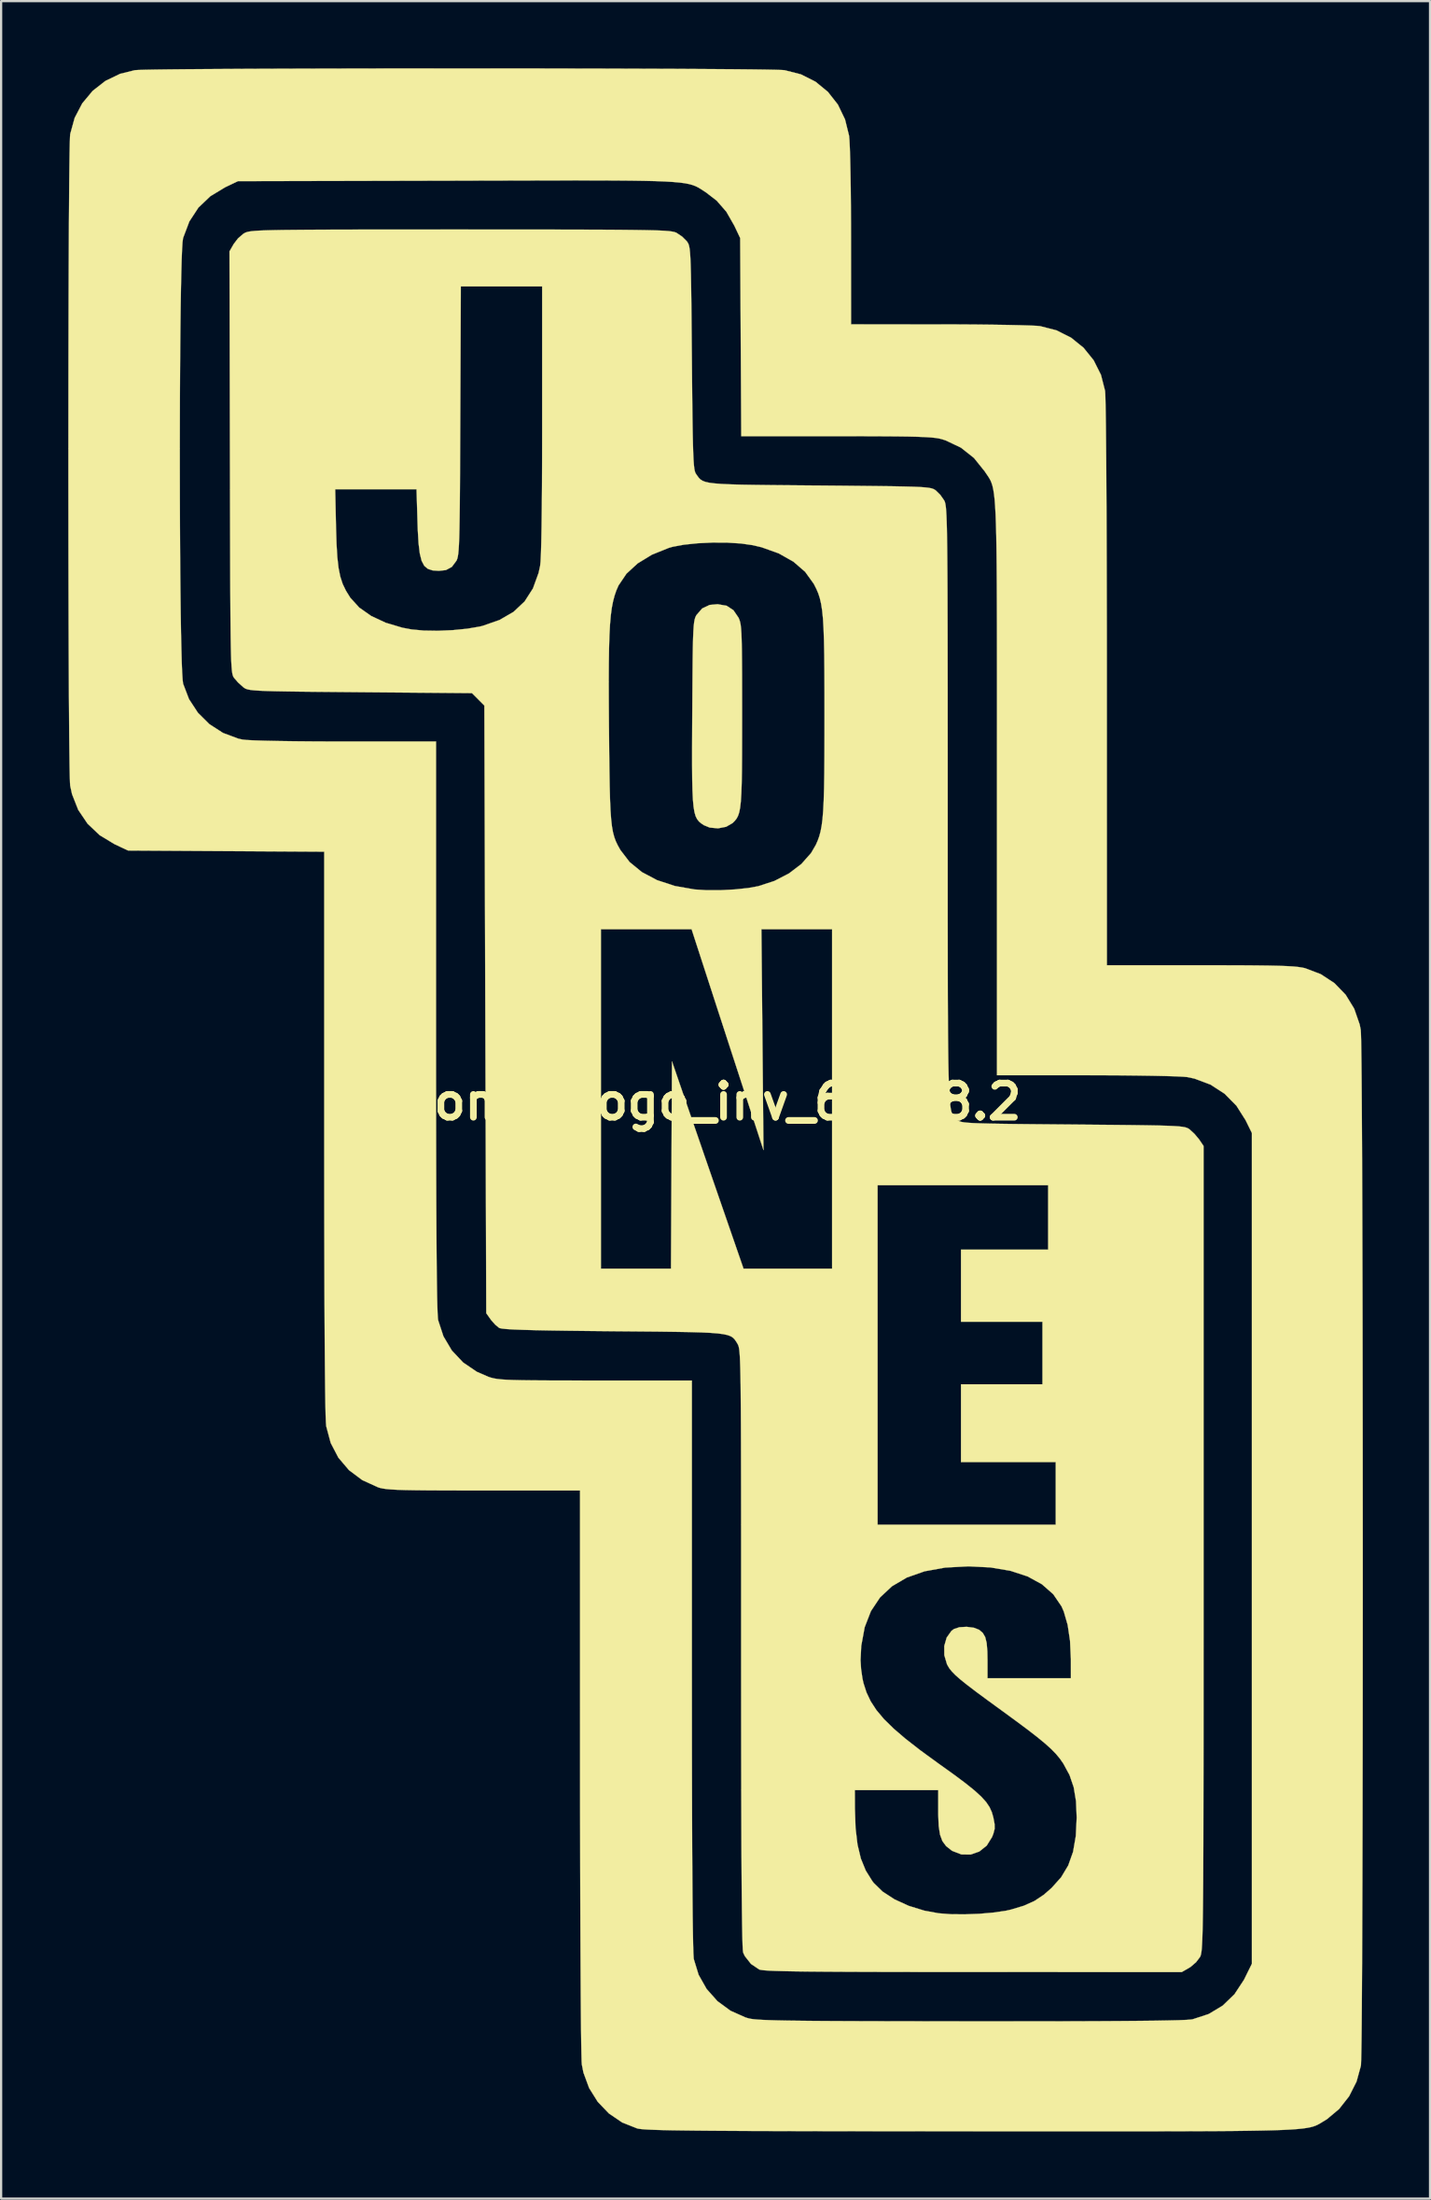
<source format=kicad_pcb>
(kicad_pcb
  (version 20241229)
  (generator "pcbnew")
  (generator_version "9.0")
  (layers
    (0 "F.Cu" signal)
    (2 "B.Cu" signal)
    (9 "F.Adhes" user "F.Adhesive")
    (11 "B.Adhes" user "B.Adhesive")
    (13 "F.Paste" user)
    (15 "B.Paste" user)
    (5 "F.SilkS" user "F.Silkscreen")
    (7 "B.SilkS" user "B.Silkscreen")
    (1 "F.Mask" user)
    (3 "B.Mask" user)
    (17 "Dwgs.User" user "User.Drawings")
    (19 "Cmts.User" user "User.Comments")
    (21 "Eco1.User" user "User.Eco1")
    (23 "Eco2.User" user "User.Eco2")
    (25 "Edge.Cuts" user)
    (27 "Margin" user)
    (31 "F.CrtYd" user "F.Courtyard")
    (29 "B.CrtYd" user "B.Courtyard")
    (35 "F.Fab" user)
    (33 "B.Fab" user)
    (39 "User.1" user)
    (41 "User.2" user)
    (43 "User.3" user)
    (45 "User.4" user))
  (footprint "Jones_logo_inv_60x98.2"
    (layer "F.Cu")
    (at 28.876 46.145)
    (property "Reference" "Jones_logo_inv_60x98.2" (at 0 0 0) (layer "F.SilkS") (effects (font (size 1.524 1.524) (thickness 0.3))))
    (attr through_hole)
    (fp_poly (pts (xy 0.536 -22.148) (xy 0.84 -21.95) (xy 1.067 -21.618) (xy 1.104 -21.534) (xy 1.135 -21.438) (xy 1.161 -21.313) (xy 1.181 -21.144) (xy 1.197 -20.915) (xy 1.208 -20.612) (xy 1.217 -20.219) (xy 1.222 -19.721) (xy 1.226 -19.102) (xy 1.227 -18.347) (xy 1.228 -17.441) (xy 1.228 -17.272) (xy 1.227 -16.292) (xy 1.225 -15.466) (xy 1.22 -14.78) (xy 1.21 -14.219) (xy 1.194 -13.768) (xy 1.172 -13.413) (xy 1.141 -13.139) (xy 1.101 -12.93) (xy 1.05 -12.773) (xy 0.987 -12.652) (xy 0.91 -12.552) (xy 0.819 -12.46) (xy 0.805 -12.446) (xy 0.516 -12.279) (xy 0.154 -12.209) (xy -0.217 -12.243) (xy -0.477 -12.349) (xy -0.596 -12.428) (xy -0.695 -12.511) (xy -0.778 -12.613) (xy -0.846 -12.748) (xy -0.899 -12.931) (xy -0.94 -13.175) (xy -0.969 -13.494) (xy -0.989 -13.904) (xy -1.001 -14.417) (xy -1.006 -15.049) (xy -1.006 -15.813) (xy -1.002 -16.723) (xy -0.998 -17.357) (xy -0.992 -18.3) (xy -0.986 -19.088) (xy -0.98 -19.738) (xy -0.972 -20.263) (xy -0.962 -20.678) (xy -0.949 -20.999) (xy -0.933 -21.24) (xy -0.913 -21.417) (xy -0.889 -21.544) (xy -0.86 -21.636) (xy -0.825 -21.709) (xy -0.811 -21.732) (xy -0.556 -22.027) (xy -0.222 -22.184) (xy 0.135 -22.217) (xy 0.536 -22.148)) (stroke (width 0.01) (type solid)) (fill yes) (layer "F.SilkS"))
    (fp_poly (pts (xy -10.596 -46.14) (xy -9.227 -46.139) (xy -7.875 -46.138) (xy -6.551 -46.135) (xy -5.266 -46.133) (xy -4.032 -46.129) (xy -2.858 -46.125) (xy -1.757 -46.121) (xy -0.739 -46.115) (xy 0.184 -46.109) (xy 1.003 -46.103) (xy 1.705 -46.096) (xy 2.281 -46.088) (xy 2.718 -46.079) (xy 3.007 -46.07) (xy 3.126 -46.061) (xy 3.857 -45.875) (xy 4.507 -45.548) (xy 5.061 -45.094) (xy 5.506 -44.528) (xy 5.827 -43.863) (xy 6.007 -43.135) (xy 6.025 -42.926) (xy 6.042 -42.568) (xy 6.057 -42.08) (xy 6.07 -41.482) (xy 6.081 -40.794) (xy 6.088 -40.036) (xy 6.093 -39.227) (xy 6.094 -38.629) (xy 6.096 -34.713) (xy 10.054 -34.712) (xy 10.878 -34.71) (xy 11.666 -34.705) (xy 12.4 -34.697) (xy 13.059 -34.687) (xy 13.624 -34.675) (xy 14.075 -34.661) (xy 14.393 -34.647) (xy 14.541 -34.633) (xy 15.269 -34.447) (xy 15.922 -34.12) (xy 16.483 -33.668) (xy 16.935 -33.108) (xy 17.261 -32.458) (xy 17.444 -31.744) (xy 17.454 -31.591) (xy 17.463 -31.277) (xy 17.472 -30.81) (xy 17.481 -30.199) (xy 17.488 -29.451) (xy 17.496 -28.575) (xy 17.502 -27.58) (xy 17.508 -26.473) (xy 17.513 -25.263) (xy 17.517 -23.958) (xy 17.52 -22.567) (xy 17.523 -21.097) (xy 17.524 -19.556) (xy 17.524 -18.648) (xy 17.526 -6.096) (xy 21.699 -6.096) (xy 22.682 -6.095) (xy 23.51 -6.093) (xy 24.199 -6.088) (xy 24.765 -6.081) (xy 25.221 -6.071) (xy 25.583 -6.057) (xy 25.867 -6.04) (xy 26.086 -6.018) (xy 26.258 -5.991) (xy 26.377 -5.965) (xy 27.081 -5.698) (xy 27.691 -5.298) (xy 28.193 -4.779) (xy 28.574 -4.158) (xy 28.82 -3.449) (xy 28.867 -3.21) (xy 28.875 -3.072) (xy 28.884 -2.773) (xy 28.891 -2.322) (xy 28.899 -1.728) (xy 28.906 -0.999) (xy 28.912 -0.143) (xy 28.918 0.831) (xy 28.924 1.914) (xy 28.929 3.098) (xy 28.934 4.374) (xy 28.938 5.734) (xy 28.942 7.169) (xy 28.946 8.67) (xy 28.949 10.23) (xy 28.951 11.838) (xy 28.953 13.488) (xy 28.955 15.17) (xy 28.956 16.875) (xy 28.957 18.596) (xy 28.958 20.323) (xy 28.958 22.048) (xy 28.957 23.762) (xy 28.956 25.458) (xy 28.955 27.125) (xy 28.953 28.757) (xy 28.95 30.343) (xy 28.948 31.877) (xy 28.944 33.348) (xy 28.941 34.748) (xy 28.936 36.07) (xy 28.932 37.304) (xy 28.927 38.441) (xy 28.921 39.474) (xy 28.915 40.394) (xy 28.909 41.191) (xy 28.902 41.858) (xy 28.894 42.386) (xy 28.886 42.767) (xy 28.878 42.991) (xy 28.873 43.043) (xy 28.679 43.75) (xy 28.348 44.404) (xy 27.901 44.973) (xy 27.359 45.427) (xy 27.226 45.509) (xy 27.13 45.567) (xy 27.042 45.62) (xy 26.956 45.668) (xy 26.862 45.712) (xy 26.755 45.751) (xy 26.625 45.786) (xy 26.466 45.817) (xy 26.269 45.845) (xy 26.028 45.869) (xy 25.733 45.89) (xy 25.378 45.908) (xy 24.955 45.923) (xy 24.457 45.935) (xy 23.874 45.945) (xy 23.201 45.954) (xy 22.429 45.96) (xy 21.55 45.964) (xy 20.557 45.967) (xy 19.442 45.969) (xy 18.197 45.97) (xy 16.816 45.97) (xy 15.289 45.97) (xy 13.61 45.969) (xy 11.77 45.969) (xy 11.433 45.968) (xy 9.564 45.968) (xy 7.856 45.966) (xy 6.303 45.965) (xy 4.897 45.963) (xy 3.631 45.96) (xy 2.499 45.957) (xy 1.491 45.954) (xy 0.602 45.949) (xy -0.176 45.944) (xy -0.85 45.938) (xy -1.429 45.931) (xy -1.918 45.924) (xy -2.326 45.915) (xy -2.659 45.905) (xy -2.926 45.894) (xy -3.132 45.882) (xy -3.287 45.869) (xy -3.396 45.854) (xy -3.456 45.842) (xy -4.128 45.576) (xy -4.722 45.173) (xy -5.221 44.653) (xy -5.607 44.036) (xy -5.861 43.344) (xy -5.931 42.989) (xy -5.941 42.842) (xy -5.949 42.536) (xy -5.958 42.079) (xy -5.966 41.48) (xy -5.973 40.751) (xy -5.98 39.899) (xy -5.986 38.934) (xy -5.992 37.865) (xy -5.997 36.703) (xy -6.001 35.456) (xy -6.005 34.134) (xy -6.007 32.746) (xy -6.009 31.302) (xy -6.01 29.909) (xy -6.011 17.357) (xy -10.314 17.357) (xy -11.295 17.356) (xy -12.121 17.354) (xy -12.807 17.351) (xy -13.369 17.345) (xy -13.821 17.337) (xy -14.178 17.325) (xy -14.456 17.31) (xy -14.668 17.291) (xy -14.83 17.267) (xy -14.956 17.239) (xy -15.034 17.215) (xy -15.742 16.892) (xy -16.336 16.447) (xy -16.809 15.89) (xy -17.151 15.234) (xy -17.351 14.489) (xy -17.353 14.478) (xy -17.366 14.305) (xy -17.379 13.965) (xy -17.39 13.46) (xy -17.4 12.791) (xy -17.409 11.96) (xy -17.417 10.969) (xy -17.424 9.82) (xy -17.43 8.515) (xy -17.434 7.056) (xy -17.438 5.445) (xy -17.44 3.683) (xy -17.441 1.773) (xy -17.441 1.381) (xy -17.441 -11.166) (xy -26.204 -11.218) (xy -26.807 -11.501) (xy -27.469 -11.9) (xy -28.014 -12.416) (xy -28.431 -13.033) (xy -28.708 -13.736) (xy -28.79 -14.112) (xy -28.8 -14.259) (xy -28.809 -14.565) (xy -28.818 -15.017) (xy -28.826 -15.607) (xy -28.834 -16.322) (xy -28.84 -17.152) (xy -28.847 -18.085) (xy -28.852 -19.112) (xy -28.857 -20.22) (xy -28.861 -21.399) (xy -28.864 -22.638) (xy -28.867 -23.927) (xy -28.869 -25.254) (xy -28.87 -26.607) (xy -28.871 -27.978) (xy -28.871 -29.186) (xy -23.893 -29.186) (xy -23.892 -28.038) (xy -23.89 -26.898) (xy -23.886 -25.777) (xy -23.88 -24.691) (xy -23.873 -23.651) (xy -23.863 -22.673) (xy -23.852 -21.769) (xy -23.839 -20.953) (xy -23.823 -20.238) (xy -23.807 -19.639) (xy -23.788 -19.168) (xy -23.767 -18.839) (xy -23.745 -18.666) (xy -23.745 -18.666) (xy -23.482 -17.978) (xy -23.083 -17.369) (xy -22.569 -16.859) (xy -21.961 -16.468) (xy -21.279 -16.214) (xy -21.092 -16.173) (xy -20.902 -16.153) (xy -20.558 -16.136) (xy -20.075 -16.121) (xy -19.466 -16.108) (xy -18.747 -16.098) (xy -17.933 -16.091) (xy -17.039 -16.087) (xy -16.541 -16.087) (xy -12.446 -16.087) (xy -12.446 -3.391) (xy -12.446 -1.493) (xy -12.444 0.239) (xy -12.442 1.811) (xy -12.439 3.227) (xy -12.435 4.491) (xy -12.429 5.608) (xy -12.423 6.582) (xy -12.416 7.417) (xy -12.407 8.118) (xy -12.398 8.69) (xy -12.387 9.136) (xy -12.375 9.462) (xy -12.362 9.671) (xy -12.351 9.754) (xy -12.115 10.473) (xy -11.739 11.106) (xy -11.236 11.64) (xy -10.62 12.058) (xy -10.103 12.282) (xy -9.987 12.319) (xy -9.863 12.35) (xy -9.715 12.375) (xy -9.529 12.396) (xy -9.288 12.412) (xy -8.977 12.424) (xy -8.582 12.433) (xy -8.087 12.439) (xy -7.476 12.443) (xy -6.734 12.445) (xy -5.846 12.446) (xy -5.321 12.446) (xy -1.016 12.446) (xy -1.016 25.134) (xy -1.015 27.054) (xy -1.014 28.83) (xy -1.011 30.462) (xy -1.007 31.946) (xy -1.002 33.281) (xy -0.995 34.464) (xy -0.988 35.492) (xy -0.98 36.364) (xy -0.97 37.077) (xy -0.959 37.628) (xy -0.948 38.016) (xy -0.935 38.238) (xy -0.93 38.279) (xy -0.715 38.981) (xy -0.357 39.614) (xy 0.125 40.156) (xy 0.71 40.586) (xy 1.38 40.885) (xy 1.526 40.928) (xy 1.619 40.947) (xy 1.75 40.965) (xy 1.927 40.981) (xy 2.159 40.994) (xy 2.457 41.006) (xy 2.829 41.017) (xy 3.285 41.026) (xy 3.834 41.033) (xy 4.485 41.04) (xy 5.247 41.045) (xy 6.13 41.049) (xy 7.142 41.052) (xy 8.294 41.054) (xy 9.595 41.056) (xy 11.053 41.058) (xy 11.447 41.058) (xy 13.093 41.058) (xy 14.574 41.057) (xy 15.895 41.055) (xy 17.061 41.051) (xy 18.077 41.045) (xy 18.947 41.038) (xy 19.677 41.03) (xy 20.27 41.019) (xy 20.732 41.008) (xy 21.067 40.994) (xy 21.28 40.979) (xy 21.353 40.968) (xy 22.071 40.734) (xy 22.698 40.358) (xy 23.226 39.848) (xy 23.647 39.209) (xy 23.684 39.136) (xy 24.003 38.49) (xy 24.003 1.393) (xy 23.724 0.826) (xy 23.313 0.177) (xy 22.784 -0.359) (xy 22.155 -0.766) (xy 21.441 -1.034) (xy 21.115 -1.103) (xy 20.929 -1.119) (xy 20.593 -1.135) (xy 20.127 -1.149) (xy 19.549 -1.161) (xy 18.879 -1.171) (xy 18.137 -1.179) (xy 17.341 -1.183) (xy 16.616 -1.185) (xy 12.615 -1.185) (xy 12.615 -13.997) (xy 12.615 -15.752) (xy 12.616 -17.346) (xy 12.616 -18.787) (xy 12.615 -20.084) (xy 12.614 -21.244) (xy 12.611 -22.275) (xy 12.607 -23.187) (xy 12.601 -23.987) (xy 12.593 -24.682) (xy 12.583 -25.283) (xy 12.569 -25.796) (xy 12.553 -26.23) (xy 12.533 -26.593) (xy 12.51 -26.894) (xy 12.482 -27.14) (xy 12.45 -27.339) (xy 12.414 -27.501) (xy 12.372 -27.633) (xy 12.326 -27.743) (xy 12.273 -27.839) (xy 12.215 -27.931) (xy 12.15 -28.025) (xy 12.079 -28.131) (xy 12.068 -28.148) (xy 11.587 -28.746) (xy 11.008 -29.205) (xy 10.33 -29.528) (xy 10.158 -29.584) (xy 10.033 -29.615) (xy 9.877 -29.641) (xy 9.674 -29.662) (xy 9.409 -29.679) (xy 9.068 -29.693) (xy 8.635 -29.703) (xy 8.095 -29.71) (xy 7.435 -29.714) (xy 6.638 -29.717) (xy 5.69 -29.718) (xy 5.449 -29.718) (xy 1.191 -29.718) (xy 1.143 -38.566) (xy 0.88 -39.12) (xy 0.524 -39.742) (xy 0.094 -40.235) (xy -0.388 -40.606) (xy -0.513 -40.687) (xy -0.625 -40.76) (xy -0.734 -40.825) (xy -0.849 -40.882) (xy -0.981 -40.932) (xy -1.138 -40.976) (xy -1.33 -41.013) (xy -1.566 -41.044) (xy -1.857 -41.07) (xy -2.212 -41.091) (xy -2.639 -41.108) (xy -3.149 -41.12) (xy -3.751 -41.129) (xy -4.455 -41.135) (xy -5.27 -41.138) (xy -6.206 -41.139) (xy -7.272 -41.138) (xy -8.478 -41.135) (xy -9.833 -41.132) (xy -11.347 -41.129) (xy -11.52 -41.128) (xy -21.294 -41.106) (xy -21.864 -40.835) (xy -22.527 -40.435) (xy -23.062 -39.925) (xy -23.467 -39.306) (xy -23.742 -38.579) (xy -23.749 -38.55) (xy -23.772 -38.379) (xy -23.792 -38.051) (xy -23.811 -37.581) (xy -23.827 -36.983) (xy -23.842 -36.269) (xy -23.855 -35.453) (xy -23.866 -34.55) (xy -23.875 -33.572) (xy -23.882 -32.533) (xy -23.888 -31.447) (xy -23.891 -30.327) (xy -23.893 -29.186) (xy -28.871 -29.186) (xy -28.871 -29.353) (xy -28.87 -30.724) (xy -28.869 -32.077) (xy -28.867 -33.404) (xy -28.864 -34.692) (xy -28.861 -35.931) (xy -28.857 -37.109) (xy -28.852 -38.217) (xy -28.847 -39.242) (xy -28.84 -40.175) (xy -28.834 -41.004) (xy -28.826 -41.718) (xy -28.818 -42.306) (xy -28.809 -42.758) (xy -28.8 -43.062) (xy -28.79 -43.207) (xy -28.59 -43.933) (xy -28.25 -44.582) (xy -27.787 -45.137) (xy -27.219 -45.581) (xy -26.562 -45.898) (xy -25.902 -46.061) (xy -25.748 -46.071) (xy -25.437 -46.08) (xy -24.978 -46.089) (xy -24.383 -46.097) (xy -23.662 -46.104) (xy -22.827 -46.11) (xy -21.888 -46.116) (xy -20.857 -46.122) (xy -19.745 -46.126) (xy -18.561 -46.13) (xy -17.319 -46.133) (xy -16.027 -46.136) (xy -14.699 -46.138) (xy -13.343 -46.139) (xy -11.972 -46.14) (xy -10.596 -46.14)) (stroke (width 0.01) (type solid)) (fill yes) (layer "F.SilkS"))
    (fp_poly (pts (xy -9.882 -38.946) (xy -8.578 -38.946) (xy -7.424 -38.945) (xy -6.41 -38.943) (xy -5.528 -38.941) (xy -4.767 -38.938) (xy -4.119 -38.933) (xy -3.572 -38.927) (xy -3.119 -38.92) (xy -2.75 -38.912) (xy -2.454 -38.902) (xy -2.223 -38.89) (xy -2.046 -38.876) (xy -1.915 -38.859) (xy -1.819 -38.841) (xy -1.75 -38.82) (xy -1.699 -38.798) (xy -1.451 -38.631) (xy -1.244 -38.425) (xy -1.234 -38.411) (xy -1.197 -38.357) (xy -1.165 -38.294) (xy -1.139 -38.208) (xy -1.117 -38.086) (xy -1.098 -37.915) (xy -1.083 -37.681) (xy -1.07 -37.37) (xy -1.059 -36.971) (xy -1.05 -36.468) (xy -1.041 -35.849) (xy -1.033 -35.101) (xy -1.025 -34.209) (xy -1.016 -33.204) (xy -1.007 -32.153) (xy -0.998 -31.257) (xy -0.989 -30.505) (xy -0.979 -29.883) (xy -0.968 -29.379) (xy -0.956 -28.978) (xy -0.942 -28.668) (xy -0.925 -28.436) (xy -0.906 -28.269) (xy -0.883 -28.154) (xy -0.856 -28.078) (xy -0.833 -28.038) (xy -0.765 -27.94) (xy -0.702 -27.856) (xy -0.631 -27.786) (xy -0.538 -27.727) (xy -0.411 -27.679) (xy -0.236 -27.64) (xy 0.001 -27.61) (xy 0.312 -27.586) (xy 0.71 -27.568) (xy 1.21 -27.554) (xy 1.823 -27.544) (xy 2.564 -27.535) (xy 3.446 -27.527) (xy 4.481 -27.518) (xy 4.672 -27.517) (xy 5.714 -27.508) (xy 6.599 -27.499) (xy 7.343 -27.491) (xy 7.957 -27.483) (xy 8.455 -27.473) (xy 8.851 -27.463) (xy 9.158 -27.45) (xy 9.39 -27.434) (xy 9.559 -27.415) (xy 9.679 -27.393) (xy 9.764 -27.366) (xy 9.827 -27.334) (xy 9.879 -27.299) (xy 10.084 -27.098) (xy 10.257 -26.85) (xy 10.266 -26.833) (xy 10.285 -26.788) (xy 10.303 -26.726) (xy 10.319 -26.641) (xy 10.334 -26.524) (xy 10.346 -26.367) (xy 10.358 -26.163) (xy 10.368 -25.903) (xy 10.377 -25.58) (xy 10.384 -25.185) (xy 10.391 -24.711) (xy 10.396 -24.149) (xy 10.401 -23.493) (xy 10.405 -22.733) (xy 10.407 -21.862) (xy 10.41 -20.872) (xy 10.411 -19.756) (xy 10.413 -18.504) (xy 10.413 -17.11) (xy 10.414 -15.565) (xy 10.414 -13.861) (xy 10.414 -13.226) (xy 10.414 -11.447) (xy 10.414 -9.828) (xy 10.414 -8.363) (xy 10.415 -7.044) (xy 10.416 -5.863) (xy 10.418 -4.812) (xy 10.422 -3.883) (xy 10.427 -3.068) (xy 10.434 -2.359) (xy 10.442 -1.749) (xy 10.453 -1.23) (xy 10.466 -0.793) (xy 10.481 -0.431) (xy 10.5 -0.136) (xy 10.522 0.1) (xy 10.546 0.284) (xy 10.575 0.426) (xy 10.607 0.531) (xy 10.643 0.61) (xy 10.684 0.668) (xy 10.729 0.714) (xy 10.779 0.757) (xy 10.833 0.803) (xy 10.834 0.804) (xy 10.879 0.84) (xy 10.936 0.87) (xy 11.018 0.896) (xy 11.139 0.918) (xy 11.312 0.936) (xy 11.551 0.951) (xy 11.867 0.963) (xy 12.276 0.974) (xy 12.789 0.983) (xy 13.42 0.992) (xy 14.183 1) (xy 15.09 1.008) (xy 16.005 1.016) (xy 17.048 1.025) (xy 17.935 1.033) (xy 18.679 1.041) (xy 19.294 1.05) (xy 19.794 1.059) (xy 20.191 1.07) (xy 20.499 1.083) (xy 20.731 1.098) (xy 20.9 1.117) (xy 21.021 1.139) (xy 21.106 1.166) (xy 21.169 1.197) (xy 21.223 1.234) (xy 21.224 1.235) (xy 21.437 1.431) (xy 21.638 1.67) (xy 21.654 1.692) (xy 21.844 1.972) (xy 21.844 19.932) (xy 21.844 21.986) (xy 21.844 23.878) (xy 21.843 25.614) (xy 21.843 27.201) (xy 21.842 28.646) (xy 21.841 29.956) (xy 21.839 31.138) (xy 21.837 32.198) (xy 21.835 33.143) (xy 21.831 33.98) (xy 21.828 34.716) (xy 21.823 35.357) (xy 21.818 35.911) (xy 21.812 36.384) (xy 21.805 36.784) (xy 21.797 37.116) (xy 21.788 37.388) (xy 21.778 37.606) (xy 21.767 37.778) (xy 21.755 37.91) (xy 21.741 38.008) (xy 21.726 38.081) (xy 21.71 38.134) (xy 21.693 38.175) (xy 21.687 38.186) (xy 21.509 38.42) (xy 21.264 38.63) (xy 21.2 38.67) (xy 20.87 38.859) (xy 11.557 38.857) (xy 10.054 38.857) (xy 8.711 38.855) (xy 7.52 38.853) (xy 6.473 38.85) (xy 5.561 38.846) (xy 4.775 38.841) (xy 4.107 38.835) (xy 3.548 38.827) (xy 3.09 38.818) (xy 2.724 38.808) (xy 2.441 38.796) (xy 2.233 38.782) (xy 2.09 38.766) (xy 2.006 38.749) (xy 1.99 38.742) (xy 1.626 38.497) (xy 1.35 38.147) (xy 1.276 37.989) (xy 1.262 37.884) (xy 1.25 37.644) (xy 1.239 37.264) (xy 1.229 36.743) (xy 1.22 36.078) (xy 1.212 35.265) (xy 1.205 34.303) (xy 1.199 33.189) (xy 1.195 31.92) (xy 1.191 30.734) (xy 6.265 30.734) (xy 6.268 31.559) (xy 6.297 32.432) (xy 6.384 33.168) (xy 6.534 33.792) (xy 6.753 34.328) (xy 7.048 34.8) (xy 7.111 34.881) (xy 7.508 35.268) (xy 8.039 35.613) (xy 8.672 35.902) (xy 9.374 36.118) (xy 10.009 36.234) (xy 10.549 36.276) (xy 11.175 36.282) (xy 11.831 36.257) (xy 12.461 36.202) (xy 13.009 36.122) (xy 13.238 36.071) (xy 13.819 35.896) (xy 14.288 35.685) (xy 14.706 35.407) (xy 15.052 35.106) (xy 15.48 34.629) (xy 15.798 34.099) (xy 16.014 33.493) (xy 16.137 32.784) (xy 16.177 31.961) (xy 16.146 31.226) (xy 16.043 30.606) (xy 15.856 30.059) (xy 15.579 29.549) (xy 15.429 29.333) (xy 15.252 29.12) (xy 15.033 28.895) (xy 14.753 28.644) (xy 14.397 28.352) (xy 13.949 28.006) (xy 13.391 27.592) (xy 12.795 27.157) (xy 12.171 26.703) (xy 11.671 26.334) (xy 11.279 26.035) (xy 10.979 25.794) (xy 10.757 25.599) (xy 10.597 25.435) (xy 10.483 25.291) (xy 10.401 25.152) (xy 10.38 25.11) (xy 10.262 24.709) (xy 10.26 24.299) (xy 10.368 23.925) (xy 10.576 23.631) (xy 10.688 23.544) (xy 10.936 23.462) (xy 11.262 23.443) (xy 11.587 23.486) (xy 11.819 23.577) (xy 11.979 23.714) (xy 12.088 23.899) (xy 12.154 24.164) (xy 12.185 24.54) (xy 12.192 24.94) (xy 12.192 25.739) (xy 15.917 25.739) (xy 15.916 24.871) (xy 15.879 24.07) (xy 15.773 23.359) (xy 15.603 22.768) (xy 15.497 22.527) (xy 15.128 21.987) (xy 14.621 21.542) (xy 13.982 21.193) (xy 13.214 20.942) (xy 12.322 20.792) (xy 11.345 20.743) (xy 10.299 20.799) (xy 9.38 20.965) (xy 8.59 21.242) (xy 7.927 21.631) (xy 7.392 22.13) (xy 6.984 22.741) (xy 6.704 23.463) (xy 6.551 24.296) (xy 6.52 24.938) (xy 6.544 25.326) (xy 6.605 25.748) (xy 6.65 25.954) (xy 6.784 26.371) (xy 6.973 26.769) (xy 7.228 27.161) (xy 7.564 27.562) (xy 7.995 27.985) (xy 8.532 28.445) (xy 9.19 28.957) (xy 9.982 29.534) (xy 10.075 29.6) (xy 10.71 30.055) (xy 11.217 30.434) (xy 11.613 30.753) (xy 11.912 31.026) (xy 12.131 31.268) (xy 12.284 31.496) (xy 12.387 31.724) (xy 12.452 31.954) (xy 12.508 32.25) (xy 12.511 32.464) (xy 12.455 32.678) (xy 12.395 32.831) (xy 12.157 33.213) (xy 11.827 33.476) (xy 11.44 33.612) (xy 11.028 33.607) (xy 10.625 33.452) (xy 10.575 33.42) (xy 10.341 33.233) (xy 10.177 33.011) (xy 10.071 32.724) (xy 10.012 32.339) (xy 9.991 31.826) (xy 9.991 31.686) (xy 9.991 30.734) (xy 6.265 30.734) (xy 1.191 30.734) (xy 1.191 30.493) (xy 1.188 28.906) (xy 1.186 27.156) (xy 1.185 25.24) (xy 1.185 24.41) (xy 1.185 22.652) (xy 1.185 21.055) (xy 1.185 19.612) (xy 1.184 18.314) (xy 1.183 17.154) (xy 1.181 16.124) (xy 1.179 15.215) (xy 1.176 14.42) (xy 1.172 13.73) (xy 1.167 13.139) (xy 1.162 12.637) (xy 1.155 12.217) (xy 1.147 11.871) (xy 1.137 11.591) (xy 1.127 11.37) (xy 1.114 11.198) (xy 1.101 11.069) (xy 1.085 10.973) (xy 1.068 10.904) (xy 1.048 10.854) (xy 1.027 10.814) (xy 1.018 10.798) (xy 0.954 10.694) (xy 0.891 10.606) (xy 0.816 10.531) (xy 0.717 10.468) (xy 0.579 10.417) (xy 0.39 10.376) (xy 0.137 10.343) (xy -0.194 10.317) (xy -0.615 10.298) (xy -1.14 10.283) (xy -1.782 10.272) (xy -2.554 10.262) (xy -3.469 10.254) (xy -4.53 10.245) (xy -5.639 10.234) (xy -6.589 10.223) (xy -7.389 10.211) (xy -8.05 10.198) (xy -8.581 10.183) (xy -8.992 10.167) (xy -9.293 10.149) (xy -9.495 10.128) (xy -9.607 10.105) (xy -9.625 10.097) (xy -9.797 9.957) (xy -9.979 9.752) (xy -10.006 9.716) (xy -10.202 9.44) (xy -10.256 -7.705) (xy -5.08 -7.705) (xy -5.08 7.451) (xy -1.949 7.451) (xy -1.905 -1.807) (xy -1.34 -0.162) (xy -1.173 0.32) (xy -0.963 0.93) (xy -0.72 1.633) (xy -0.457 2.397) (xy -0.183 3.189) (xy 0.089 3.975) (xy 0.259 4.466) (xy 1.292 7.451) (xy 5.249 7.451) (xy 5.249 3.725) (xy 7.281 3.725) (xy 7.281 18.881) (xy 15.24 18.881) (xy 15.24 16.087) (xy 11.007 16.087) (xy 11.007 12.615) (xy 14.647 12.615) (xy 14.647 9.821) (xy 11.007 9.821) (xy 11.007 6.604) (xy 14.901 6.604) (xy 14.901 3.725) (xy 7.281 3.725) (xy 5.249 3.725) (xy 5.249 -7.705) (xy 2.091 -7.705) (xy 2.137 -2.773) (xy 2.183 2.159) (xy 1.437 -0.127) (xy 1.207 -0.83) (xy 0.942 -1.645) (xy 0.655 -2.525) (xy 0.364 -3.421) (xy 0.082 -4.285) (xy -0.169 -5.059) (xy -1.029 -7.705) (xy -5.08 -7.705) (xy -10.256 -7.705) (xy -10.287 -17.692) (xy -10.84 -18.246) (xy -15.828 -18.288) (xy -16.872 -18.297) (xy -17.76 -18.305) (xy -18.506 -18.313) (xy -19.122 -18.322) (xy -19.622 -18.331) (xy -20.02 -18.342) (xy -20.328 -18.355) (xy -20.56 -18.37) (xy -20.73 -18.389) (xy -20.851 -18.411) (xy -20.936 -18.438) (xy -20.998 -18.469) (xy -21.049 -18.505) (xy -21.275 -18.707) (xy -21.321 -18.759) (xy -4.73 -18.759) (xy -4.727 -17.81) (xy -4.72 -16.707) (xy -4.719 -16.679) (xy -4.71 -15.671) (xy -4.7 -14.817) (xy -4.688 -14.1) (xy -4.672 -13.506) (xy -4.651 -13.019) (xy -4.623 -12.622) (xy -4.587 -12.301) (xy -4.541 -12.04) (xy -4.484 -11.823) (xy -4.415 -11.635) (xy -4.331 -11.459) (xy -4.232 -11.281) (xy -4.209 -11.241) (xy -3.798 -10.705) (xy -3.249 -10.255) (xy -2.573 -9.897) (xy -1.78 -9.636) (xy -0.897 -9.481) (xy -0.355 -9.446) (xy 0.267 -9.447) (xy 0.906 -9.481) (xy 1.498 -9.544) (xy 1.947 -9.625) (xy 2.671 -9.86) (xy 3.324 -10.197) (xy 3.878 -10.619) (xy 4.31 -11.107) (xy 4.523 -11.472) (xy 4.606 -11.661) (xy 4.676 -11.856) (xy 4.734 -12.072) (xy 4.782 -12.325) (xy 4.821 -12.628) (xy 4.851 -12.999) (xy 4.874 -13.451) (xy 4.89 -13.999) (xy 4.901 -14.66) (xy 4.907 -15.447) (xy 4.91 -16.376) (xy 4.911 -17.252) (xy 4.91 -18.308) (xy 4.906 -19.209) (xy 4.899 -19.972) (xy 4.886 -20.61) (xy 4.867 -21.14) (xy 4.841 -21.577) (xy 4.805 -21.936) (xy 4.759 -22.232) (xy 4.702 -22.48) (xy 4.633 -22.695) (xy 4.549 -22.893) (xy 4.45 -23.089) (xy 4.425 -23.135) (xy 4.043 -23.665) (xy 3.519 -24.117) (xy 2.867 -24.485) (xy 2.101 -24.759) (xy 1.702 -24.853) (xy 1.177 -24.928) (xy 0.56 -24.966) (xy -0.101 -24.969) (xy -0.758 -24.938) (xy -1.364 -24.875) (xy -1.87 -24.782) (xy -2.043 -24.733) (xy -2.802 -24.427) (xy -3.438 -24.039) (xy -3.938 -23.579) (xy -4.292 -23.055) (xy -4.39 -22.832) (xy -4.47 -22.598) (xy -4.537 -22.343) (xy -4.593 -22.054) (xy -4.638 -21.716) (xy -4.673 -21.313) (xy -4.699 -20.831) (xy -4.716 -20.254) (xy -4.726 -19.569) (xy -4.73 -18.759) (xy -21.321 -18.759) (xy -21.458 -18.913) (xy -21.485 -18.952) (xy -21.509 -18.996) (xy -21.531 -19.057) (xy -21.549 -19.142) (xy -21.566 -19.263) (xy -21.58 -19.428) (xy -21.593 -19.646) (xy -21.603 -19.928) (xy -21.612 -20.283) (xy -21.62 -20.72) (xy -21.626 -21.249) (xy -21.631 -21.879) (xy -21.636 -22.62) (xy -21.64 -23.481) (xy -21.643 -24.472) (xy -21.646 -25.603) (xy -21.649 -26.882) (xy -21.65 -27.347) (xy -16.951 -27.347) (xy -16.914 -25.633) (xy -16.891 -24.903) (xy -16.856 -24.315) (xy -16.802 -23.84) (xy -16.724 -23.451) (xy -16.616 -23.12) (xy -16.471 -22.82) (xy -16.286 -22.522) (xy -16.272 -22.502) (xy -15.878 -22.068) (xy -15.345 -21.693) (xy -14.695 -21.389) (xy -13.951 -21.168) (xy -13.538 -21.09) (xy -13 -21.04) (xy -12.365 -21.03) (xy -11.693 -21.059) (xy -11.049 -21.123) (xy -10.493 -21.218) (xy -10.373 -21.247) (xy -9.61 -21.512) (xy -8.983 -21.875) (xy -8.487 -22.342) (xy -8.116 -22.92) (xy -7.864 -23.613) (xy -7.795 -23.929) (xy -7.775 -24.125) (xy -7.758 -24.486) (xy -7.743 -25.008) (xy -7.73 -25.687) (xy -7.72 -26.519) (xy -7.712 -27.498) (xy -7.707 -28.622) (xy -7.705 -29.885) (xy -7.705 -30.411) (xy -7.705 -36.407) (xy -11.338 -36.407) (xy -11.363 -30.416) (xy -11.368 -29.259) (xy -11.373 -28.258) (xy -11.378 -27.403) (xy -11.384 -26.681) (xy -11.392 -26.08) (xy -11.4 -25.587) (xy -11.41 -25.192) (xy -11.422 -24.881) (xy -11.437 -24.643) (xy -11.454 -24.466) (xy -11.474 -24.337) (xy -11.498 -24.244) (xy -11.525 -24.176) (xy -11.537 -24.154) (xy -11.741 -23.881) (xy -12.004 -23.741) (xy -12.319 -23.707) (xy -12.594 -23.725) (xy -12.808 -23.794) (xy -12.971 -23.93) (xy -13.089 -24.153) (xy -13.171 -24.481) (xy -13.226 -24.931) (xy -13.261 -25.523) (xy -13.273 -25.882) (xy -13.317 -27.347) (xy -16.951 -27.347) (xy -21.65 -27.347) (xy -21.652 -28.32) (xy -21.653 -28.56) (xy -21.673 -37.973) (xy -21.483 -38.303) (xy -21.293 -38.551) (xy -21.056 -38.755) (xy -20.999 -38.79) (xy -20.947 -38.814) (xy -20.883 -38.836) (xy -20.797 -38.855) (xy -20.68 -38.872) (xy -20.521 -38.887) (xy -20.312 -38.9) (xy -20.043 -38.91) (xy -19.703 -38.919) (xy -19.285 -38.927) (xy -18.777 -38.932) (xy -18.171 -38.937) (xy -17.456 -38.941) (xy -16.624 -38.943) (xy -15.665 -38.945) (xy -14.569 -38.946) (xy -13.326 -38.946) (xy -11.927 -38.947) (xy -11.347 -38.947) (xy -9.882 -38.946)) (stroke (width 0.01) (type solid)) (fill yes) (layer "F.SilkS")))
  (gr_rect
    (start -3 -3)
    (end 60.839 95.12)
    (stroke (width 0.1) (type default))
    (fill no)
    (layer "Edge.Cuts")))
</source>
